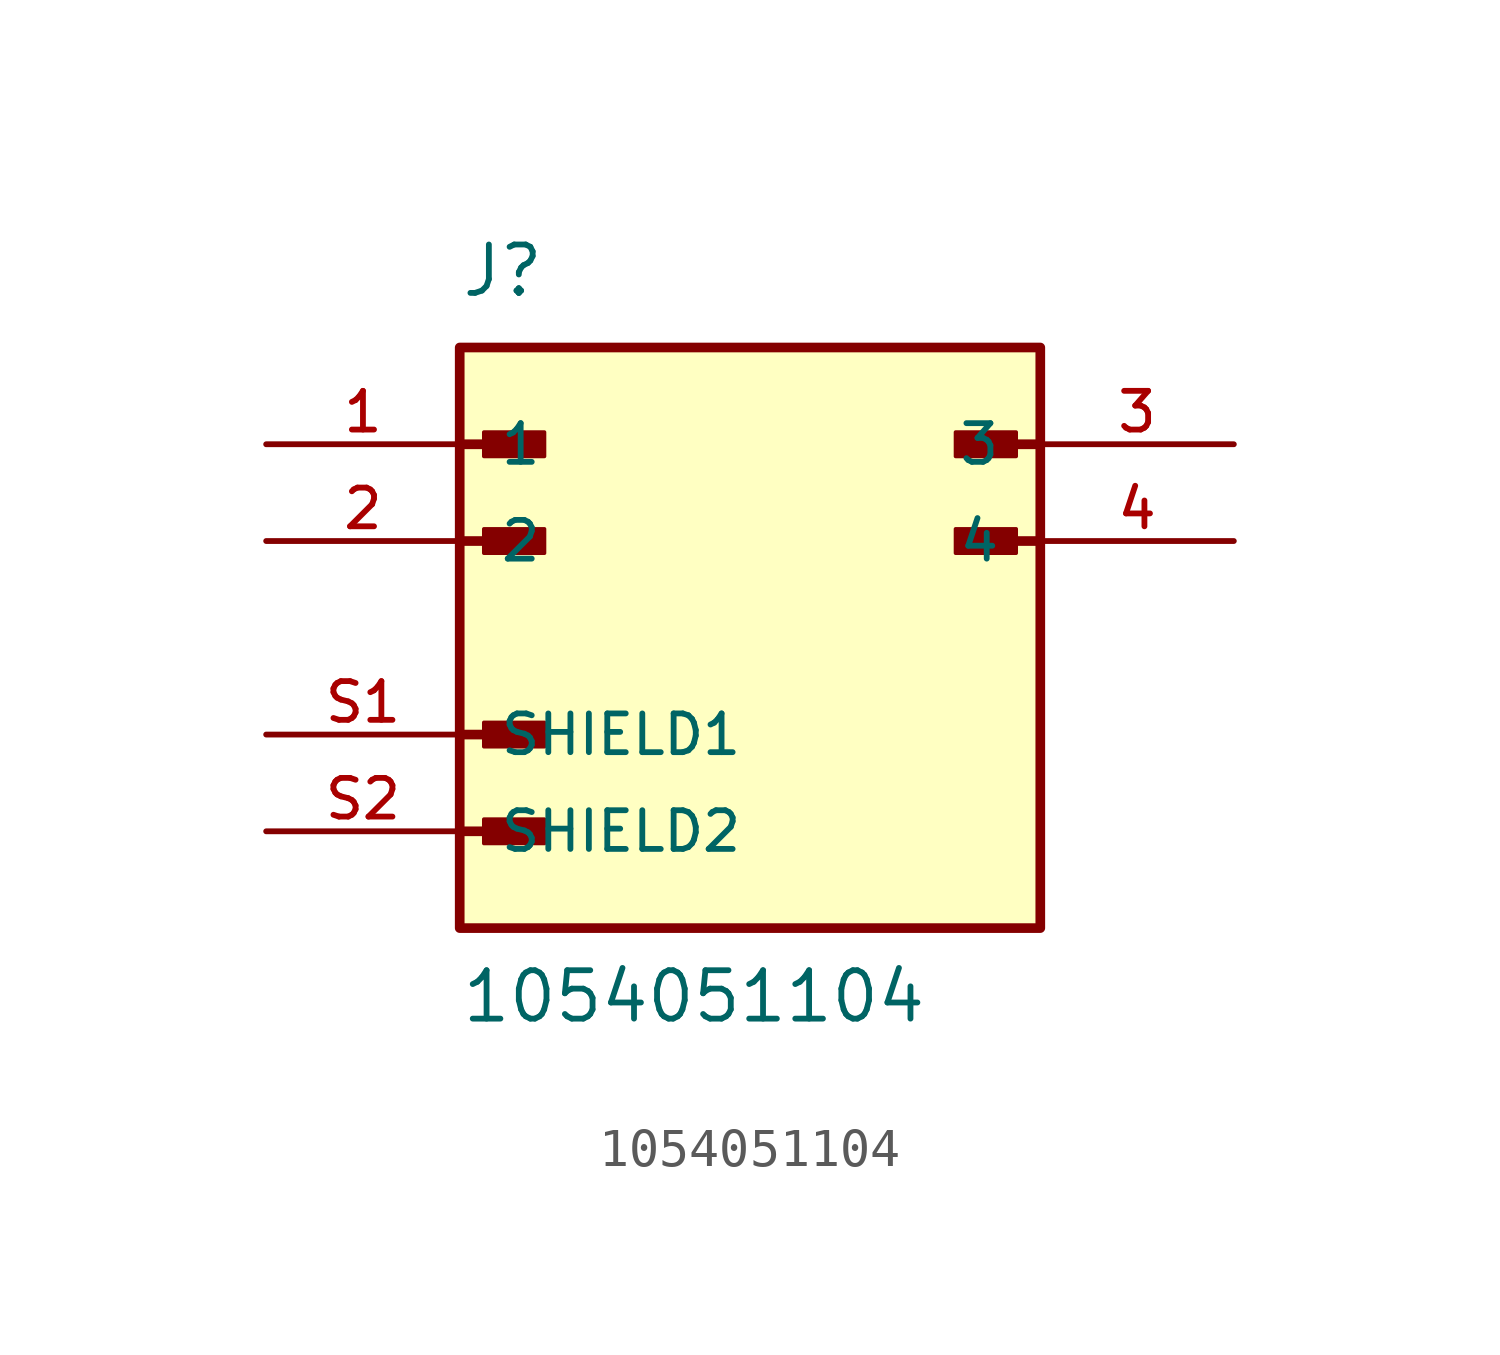
<source format=kicad_sym>
(kicad_symbol_lib
  (version 20211014)
  (generator kicad_symbol_editor)
  (symbol "1054051104"
    (pin_names
      (offset 1.016))
    (property "Reference" "J"
      (at -7.62 8.89 0)
      (effects (font (size 1.27 1.27)) (justify bottom left)))
    (property "Value" "1054051104"
      (at -7.62 -10.16 0)
      (effects (font (size 1.27 1.27)) (justify bottom left)))
    (symbol "1054051104_0_0"
      (rectangle (start -6.985 4.763) (end -5.397 5.397) (stroke (width 0.1)) (fill (type outline)))
      (polyline (pts (xy -7.62 2.54) (xy -5.715 2.54)) (stroke (width 0.254)))
      (rectangle (start -6.985 2.223) (end -5.397 2.857) (stroke (width 0.1)) (fill (type outline)))
      (polyline (pts (xy -7.62 5.08) (xy -5.715 5.08)) (stroke (width 0.254)))
      (rectangle (start 5.397 4.763) (end 6.985 5.397) (stroke (width 0.1)) (fill (type outline)))
      (polyline (pts (xy 7.62 2.54) (xy 5.715 2.54)) (stroke (width 0.254)))
      (rectangle (start 5.397 2.223) (end 6.985 2.857) (stroke (width 0.1)) (fill (type outline)))
      (polyline (pts (xy 7.62 5.08) (xy 5.715 5.08)) (stroke (width 0.254)))
      (rectangle (start -6.985 -2.857) (end -5.397 -2.223) (stroke (width 0.1)) (fill (type outline)))
      (polyline (pts (xy -7.62 -5.08) (xy -5.715 -5.08)) (stroke (width 0.254)))
      (rectangle (start -6.985 -5.397) (end -5.397 -4.763) (stroke (width 0.1)) (fill (type outline)))
      (polyline (pts (xy -7.62 -2.54) (xy -5.715 -2.54)) (stroke (width 0.254)))
      (rectangle (start -7.62 -7.62) (end 7.62 7.62) (stroke (width 0.254)) (fill (type background)))
      (pin passive line (at -12.7 5.08 0) (length 5.08) (name "1" (effects (font (size 1.016 1.016)))) (number "1" (effects (font (size 1.016 1.016)))))
      (pin passive line (at -12.7 2.54 0) (length 5.08) (name "2" (effects (font (size 1.016 1.016)))) (number "2" (effects (font (size 1.016 1.016)))))
      (pin passive line (at 12.7 5.08 180.0) (length 5.08) (name "3" (effects (font (size 1.016 1.016)))) (number "3" (effects (font (size 1.016 1.016)))))
      (pin passive line (at 12.7 2.54 180.0) (length 5.08) (name "4" (effects (font (size 1.016 1.016)))) (number "4" (effects (font (size 1.016 1.016)))))
      (pin passive line (at -12.7 -2.54 0) (length 5.08) (name "SHIELD1" (effects (font (size 1.016 1.016)))) (number "S1" (effects (font (size 1.016 1.016)))))
      (pin passive line (at -12.7 -5.08 0) (length 5.08) (name "SHIELD2" (effects (font (size 1.016 1.016)))) (number "S2" (effects (font (size 1.016 1.016))))))))
</source>
